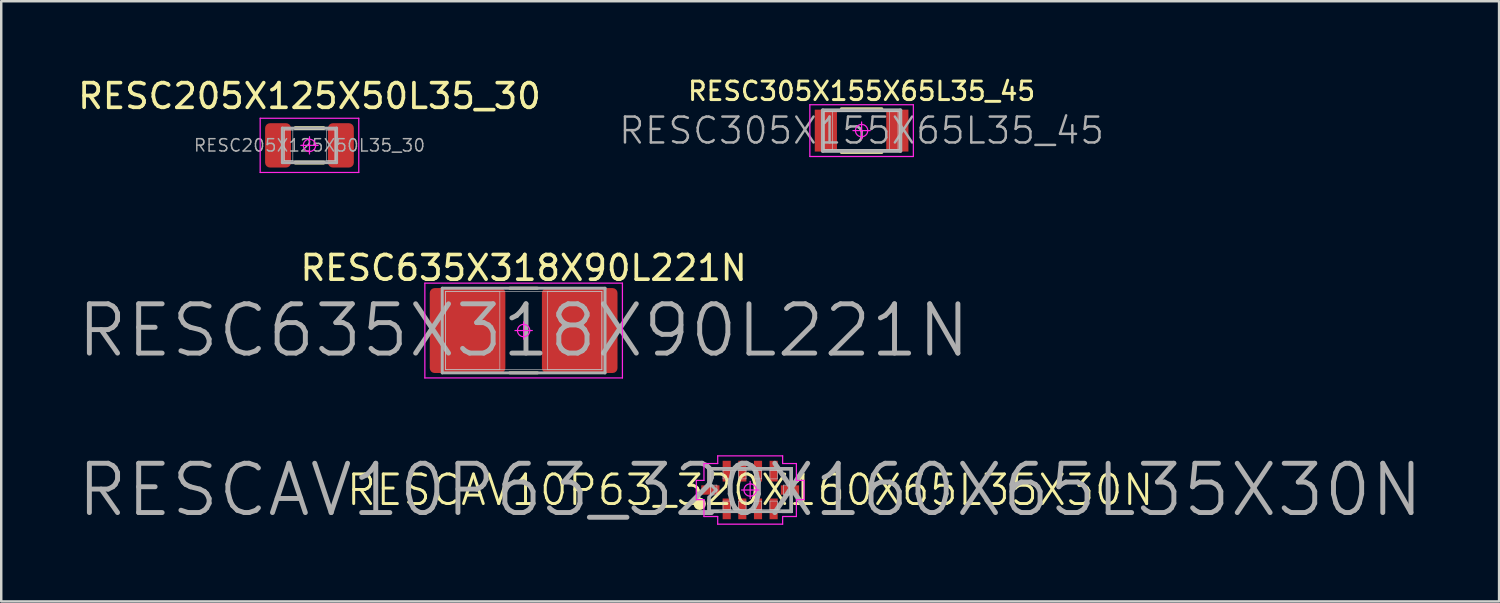
<source format=kicad_pcb>
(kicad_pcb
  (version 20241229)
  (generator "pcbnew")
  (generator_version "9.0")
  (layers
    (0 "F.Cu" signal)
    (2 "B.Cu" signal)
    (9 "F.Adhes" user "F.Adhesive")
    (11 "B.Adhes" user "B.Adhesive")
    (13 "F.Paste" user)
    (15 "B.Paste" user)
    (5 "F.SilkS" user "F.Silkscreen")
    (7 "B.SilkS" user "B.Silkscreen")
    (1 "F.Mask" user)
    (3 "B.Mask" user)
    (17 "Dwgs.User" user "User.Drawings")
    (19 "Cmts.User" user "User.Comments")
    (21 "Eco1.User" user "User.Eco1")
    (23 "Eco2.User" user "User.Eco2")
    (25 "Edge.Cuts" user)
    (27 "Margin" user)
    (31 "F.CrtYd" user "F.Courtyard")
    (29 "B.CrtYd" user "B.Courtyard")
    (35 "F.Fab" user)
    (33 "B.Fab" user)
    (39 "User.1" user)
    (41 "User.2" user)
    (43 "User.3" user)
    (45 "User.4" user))
  (footprint "RESC305X155X65L35_45"
    (layer "F.Cu")
    (at 31.907 2.249)
    (property "Reference" "RESC305X155X65L35_45" (at 0 -1.6 0) (layer "F.SilkS") (effects (font (size 0.75 0.75) (thickness 0.12))))
    (attr smd)
    (fp_line (start -0.82 -0.885) (end 0.82 -0.885) (stroke (width 0.12) (type solid)) (layer "F.SilkS"))
    (fp_line (start -0.82 0.885) (end 0.82 0.885) (stroke (width 0.12) (type solid)) (layer "F.SilkS"))
    (fp_line (start -1.525 -0.775) (end -1.175 -0.775) (stroke (width 0.025) (type solid)) (layer "Dwgs.User"))
    (fp_line (start -1.525 -0.775) (end 1.525 -0.775) (stroke (width 0.025) (type solid)) (layer "Dwgs.User"))
    (fp_line (start -1.525 0.775) (end -1.525 -0.775) (stroke (width 0.025) (type solid)) (layer "Dwgs.User"))
    (fp_line (start -1.525 0.775) (end -1.525 -0.775) (stroke (width 0.025) (type solid)) (layer "Dwgs.User"))
    (fp_line (start -1.175 -0.775) (end -1.175 0.775) (stroke (width 0.025) (type solid)) (layer "Dwgs.User"))
    (fp_line (start -1.175 0.775) (end -1.525 0.775) (stroke (width 0.025) (type solid)) (layer "Dwgs.User"))
    (fp_line (start 1.125 -0.775) (end 1.475 -0.775) (stroke (width 0.025) (type solid)) (layer "Dwgs.User"))
    (fp_line (start 1.125 0.775) (end 1.125 -0.775) (stroke (width 0.025) (type solid)) (layer "Dwgs.User"))
    (fp_line (start 1.475 -0.775) (end 1.475 0.775) (stroke (width 0.025) (type solid)) (layer "Dwgs.User"))
    (fp_line (start 1.475 0.775) (end 1.125 0.775) (stroke (width 0.025) (type solid)) (layer "Dwgs.User"))
    (fp_line (start 1.525 -0.775) (end 1.525 0.775) (stroke (width 0.025) (type solid)) (layer "Dwgs.User"))
    (fp_line (start 1.525 0.775) (end -1.525 0.775) (stroke (width 0.025) (type solid)) (layer "Dwgs.User"))
    (fp_line (start -2.1 -1.05) (end 2.1 -1.05) (stroke (width 0.05) (type solid)) (layer "F.CrtYd"))
    (fp_line (start -2.1 1.05) (end -2.1 -1.05) (stroke (width 0.05) (type solid)) (layer "F.CrtYd"))
    (fp_line (start 0 -0.35) (end 0 0.35) (stroke (width 0.05) (type solid)) (layer "F.CrtYd"))
    (fp_line (start 0.35 0) (end -0.35 0) (stroke (width 0.05) (type solid)) (layer "F.CrtYd"))
    (fp_line (start 2.1 -1.05) (end 2.1 1.05) (stroke (width 0.05) (type solid)) (layer "F.CrtYd"))
    (fp_line (start 2.1 1.05) (end -2.1 1.05) (stroke (width 0.05) (type solid)) (layer "F.CrtYd"))
    (fp_circle (center 0 0) (end 0 0.25) (stroke (width 0.05) (type solid)) (fill no) (layer "F.CrtYd"))
    (fp_line (start -1.575 -0.825) (end 1.575 -0.825) (stroke (width 0.15) (type solid)) (layer "F.Fab"))
    (fp_line (start -1.575 0.825) (end -1.575 -0.825) (stroke (width 0.15) (type solid)) (layer "F.Fab"))
    (fp_line (start 1.575 -0.825) (end 1.575 0.825) (stroke (width 0.15) (type solid)) (layer "F.Fab"))
    (fp_line (start 1.575 0.825) (end -1.575 0.825) (stroke (width 0.15) (type solid)) (layer "F.Fab"))
    (fp_text user "${REFERENCE}" (at 0 0 0) (layer "F.Fab") (effects (font (size 1.05 1.05) (thickness 0.1))))
    (pad "1" smd rect (at -1.45 0) (size 0.9 1.7) (layers "F.Cu" "F.Mask" "F.Paste"))
    (pad "2" smd rect (at 1.45 0) (size 0.9 1.7) (layers "F.Cu" "F.Mask" "F.Paste")))
  (footprint "RESCAV10P63_320X160X65L35X30N"
    (layer "F.Cu")
    (at 27.386 16.831)
    (property "Reference" "RESCAV10P63_320X160X65L35X30N" (at 0 0 0) (layer "F.SilkS") (effects (font (size 1.2 1.2) (thickness 0.12))))
    (attr smd)
    (fp_line (start -1.675 -0.875) (end -1.297 -0.875) (stroke (width 0.12) (type solid)) (layer "F.SilkS"))
    (fp_line (start -1.675 -0.37) (end -1.675 -0.875) (stroke (width 0.12) (type solid)) (layer "F.SilkS"))
    (fp_line (start -1.675 0.875) (end -1.675 0.37) (stroke (width 0.12) (type solid)) (layer "F.SilkS"))
    (fp_line (start -1.297 0.875) (end -1.675 0.875) (stroke (width 0.12) (type solid)) (layer "F.SilkS"))
    (fp_line (start 1.297 -0.875) (end 1.675 -0.875) (stroke (width 0.12) (type solid)) (layer "F.SilkS"))
    (fp_line (start 1.675 -0.875) (end 1.675 -0.37) (stroke (width 0.12) (type solid)) (layer "F.SilkS"))
    (fp_line (start 1.675 0.37) (end 1.675 0.875) (stroke (width 0.12) (type solid)) (layer "F.SilkS"))
    (fp_line (start 1.675 0.875) (end 1.297 0.875) (stroke (width 0.12) (type solid)) (layer "F.SilkS"))
    (fp_circle (center -2.045 0.56) (end -2.045 0.685) (stroke (width 0.25) (type solid)) (fill no) (layer "F.SilkS"))
    (fp_line (start -1.6 -0.8) (end 1.6 -0.8) (stroke (width 0.025) (type solid)) (layer "Dwgs.User"))
    (fp_line (start -1.6 -0.2) (end -1.35 -0.2) (stroke (width 0.025) (type solid)) (layer "Dwgs.User"))
    (fp_line (start -1.6 0.2) (end -1.6 -0.2) (stroke (width 0.025) (type solid)) (layer "Dwgs.User"))
    (fp_line (start -1.6 0.8) (end -1.6 -0.8) (stroke (width 0.025) (type solid)) (layer "Dwgs.User"))
    (fp_line (start -1.35 -0.2) (end -1.35 0.2) (stroke (width 0.025) (type solid)) (layer "Dwgs.User"))
    (fp_line (start -1.35 0.2) (end -1.6 0.2) (stroke (width 0.025) (type solid)) (layer "Dwgs.User"))
    (fp_line (start -1.102 -0.8) (end -0.802 -0.8) (stroke (width 0.025) (type solid)) (layer "Dwgs.User"))
    (fp_line (start -1.102 -0.45) (end -1.102 -0.8) (stroke (width 0.025) (type solid)) (layer "Dwgs.User"))
    (fp_line (start -1.102 0.45) (end -0.802 0.45) (stroke (width 0.025) (type solid)) (layer "Dwgs.User"))
    (fp_line (start -1.102 0.8) (end -1.102 0.45) (stroke (width 0.025) (type solid)) (layer "Dwgs.User"))
    (fp_line (start -0.802 -0.8) (end -0.802 -0.45) (stroke (width 0.025) (type solid)) (layer "Dwgs.User"))
    (fp_line (start -0.802 -0.45) (end -1.102 -0.45) (stroke (width 0.025) (type solid)) (layer "Dwgs.User"))
    (fp_line (start -0.802 0.45) (end -0.802 0.8) (stroke (width 0.025) (type solid)) (layer "Dwgs.User"))
    (fp_line (start -0.802 0.8) (end -1.102 0.8) (stroke (width 0.025) (type solid)) (layer "Dwgs.User"))
    (fp_line (start -0.468 -0.8) (end -0.168 -0.8) (stroke (width 0.025) (type solid)) (layer "Dwgs.User"))
    (fp_line (start -0.468 -0.45) (end -0.468 -0.8) (stroke (width 0.025) (type solid)) (layer "Dwgs.User"))
    (fp_line (start -0.468 0.45) (end -0.168 0.45) (stroke (width 0.025) (type solid)) (layer "Dwgs.User"))
    (fp_line (start -0.468 0.8) (end -0.468 0.45) (stroke (width 0.025) (type solid)) (layer "Dwgs.User"))
    (fp_line (start -0.168 -0.8) (end -0.168 -0.45) (stroke (width 0.025) (type solid)) (layer "Dwgs.User"))
    (fp_line (start -0.168 -0.45) (end -0.468 -0.45) (stroke (width 0.025) (type solid)) (layer "Dwgs.User"))
    (fp_line (start -0.168 0.45) (end -0.168 0.8) (stroke (width 0.025) (type solid)) (layer "Dwgs.User"))
    (fp_line (start -0.168 0.8) (end -0.468 0.8) (stroke (width 0.025) (type solid)) (layer "Dwgs.User"))
    (fp_line (start 0.168 -0.8) (end 0.468 -0.8) (stroke (width 0.025) (type solid)) (layer "Dwgs.User"))
    (fp_line (start 0.168 -0.45) (end 0.168 -0.8) (stroke (width 0.025) (type solid)) (layer "Dwgs.User"))
    (fp_line (start 0.168 0.45) (end 0.468 0.45) (stroke (width 0.025) (type solid)) (layer "Dwgs.User"))
    (fp_line (start 0.168 0.8) (end 0.168 0.45) (stroke (width 0.025) (type solid)) (layer "Dwgs.User"))
    (fp_line (start 0.468 -0.8) (end 0.468 -0.45) (stroke (width 0.025) (type solid)) (layer "Dwgs.User"))
    (fp_line (start 0.468 -0.45) (end 0.168 -0.45) (stroke (width 0.025) (type solid)) (layer "Dwgs.User"))
    (fp_line (start 0.468 0.45) (end 0.468 0.8) (stroke (width 0.025) (type solid)) (layer "Dwgs.User"))
    (fp_line (start 0.468 0.8) (end 0.168 0.8) (stroke (width 0.025) (type solid)) (layer "Dwgs.User"))
    (fp_line (start 0.802 -0.8) (end 1.102 -0.8) (stroke (width 0.025) (type solid)) (layer "Dwgs.User"))
    (fp_line (start 0.802 -0.45) (end 0.802 -0.8) (stroke (width 0.025) (type solid)) (layer "Dwgs.User"))
    (fp_line (start 0.802 0.45) (end 1.102 0.45) (stroke (width 0.025) (type solid)) (layer "Dwgs.User"))
    (fp_line (start 0.802 0.8) (end 0.802 0.45) (stroke (width 0.025) (type solid)) (layer "Dwgs.User"))
    (fp_line (start 1.102 -0.8) (end 1.102 -0.45) (stroke (width 0.025) (type solid)) (layer "Dwgs.User"))
    (fp_line (start 1.102 -0.45) (end 0.802 -0.45) (stroke (width 0.025) (type solid)) (layer "Dwgs.User"))
    (fp_line (start 1.102 0.45) (end 1.102 0.8) (stroke (width 0.025) (type solid)) (layer "Dwgs.User"))
    (fp_line (start 1.102 0.8) (end 0.802 0.8) (stroke (width 0.025) (type solid)) (layer "Dwgs.User"))
    (fp_line (start 1.35 -0.2) (end 1.6 -0.2) (stroke (width 0.025) (type solid)) (layer "Dwgs.User"))
    (fp_line (start 1.35 0.2) (end 1.35 -0.2) (stroke (width 0.025) (type solid)) (layer "Dwgs.User"))
    (fp_line (start 1.6 -0.8) (end 1.6 0.8) (stroke (width 0.025) (type solid)) (layer "Dwgs.User"))
    (fp_line (start 1.6 -0.2) (end 1.6 0.2) (stroke (width 0.025) (type solid)) (layer "Dwgs.User"))
    (fp_line (start 1.6 0.2) (end 1.35 0.2) (stroke (width 0.025) (type solid)) (layer "Dwgs.User"))
    (fp_line (start 1.6 0.8) (end -1.6 0.8) (stroke (width 0.025) (type solid)) (layer "Dwgs.User"))
    (fp_line (start -2.185 -0.39) (end -2.185 0.39) (stroke (width 0.05) (type solid)) (layer "F.CrtYd"))
    (fp_line (start -2.185 0.39) (end -1.875 0.39) (stroke (width 0.05) (type solid)) (layer "F.CrtYd"))
    (fp_line (start -1.875 -1.075) (end -1.875 -0.39) (stroke (width 0.05) (type solid)) (layer "F.CrtYd"))
    (fp_line (start -1.875 -0.39) (end -2.185 -0.39) (stroke (width 0.05) (type solid)) (layer "F.CrtYd"))
    (fp_line (start -1.875 0.39) (end -1.875 1.075) (stroke (width 0.05) (type solid)) (layer "F.CrtYd"))
    (fp_line (start -1.875 1.075) (end -1.317 1.075) (stroke (width 0.05) (type solid)) (layer "F.CrtYd"))
    (fp_line (start -1.317 -1.386) (end -1.317 -1.075) (stroke (width 0.05) (type solid)) (layer "F.CrtYd"))
    (fp_line (start -1.317 -1.075) (end -1.875 -1.075) (stroke (width 0.05) (type solid)) (layer "F.CrtYd"))
    (fp_line (start -1.317 1.075) (end -1.317 1.386) (stroke (width 0.05) (type solid)) (layer "F.CrtYd"))
    (fp_line (start -1.317 1.386) (end 1.317 1.386) (stroke (width 0.05) (type solid)) (layer "F.CrtYd"))
    (fp_line (start -0.35 0) (end 0.35 0) (stroke (width 0.05) (type solid)) (layer "F.CrtYd"))
    (fp_line (start 0 -0.35) (end 0 0.35) (stroke (width 0.05) (type solid)) (layer "F.CrtYd"))
    (fp_line (start 1.317 -1.386) (end -1.317 -1.386) (stroke (width 0.05) (type solid)) (layer "F.CrtYd"))
    (fp_line (start 1.317 -1.075) (end 1.317 -1.386) (stroke (width 0.05) (type solid)) (layer "F.CrtYd"))
    (fp_line (start 1.317 1.075) (end 1.875 1.075) (stroke (width 0.05) (type solid)) (layer "F.CrtYd"))
    (fp_line (start 1.317 1.386) (end 1.317 1.075) (stroke (width 0.05) (type solid)) (layer "F.CrtYd"))
    (fp_line (start 1.875 -1.075) (end 1.317 -1.075) (stroke (width 0.05) (type solid)) (layer "F.CrtYd"))
    (fp_line (start 1.875 -0.39) (end 1.875 -1.075) (stroke (width 0.05) (type solid)) (layer "F.CrtYd"))
    (fp_line (start 1.875 0.39) (end 2.185 0.39) (stroke (width 0.05) (type solid)) (layer "F.CrtYd"))
    (fp_line (start 1.875 1.075) (end 1.875 0.39) (stroke (width 0.05) (type solid)) (layer "F.CrtYd"))
    (fp_line (start 2.185 -0.39) (end 1.875 -0.39) (stroke (width 0.05) (type solid)) (layer "F.CrtYd"))
    (fp_line (start 2.185 0.39) (end 2.185 -0.39) (stroke (width 0.05) (type solid)) (layer "F.CrtYd"))
    (fp_circle (center 0 0) (end 0 0.25) (stroke (width 0.05) (type solid)) (fill no) (layer "F.CrtYd"))
    (fp_line (start -1.675 -0.875) (end 1.675 -0.875) (stroke (width 0.12) (type solid)) (layer "F.Fab"))
    (fp_line (start -1.675 -0.292) (end -1.675 -0.875) (stroke (width 0.12) (type solid)) (layer "F.Fab"))
    (fp_line (start -1.675 0.292) (end -1.383 0) (stroke (width 0.12) (type solid)) (layer "F.Fab"))
    (fp_line (start -1.675 0.875) (end -1.675 0.292) (stroke (width 0.12) (type solid)) (layer "F.Fab"))
    (fp_line (start -1.383 0) (end -1.675 -0.292) (stroke (width 0.12) (type solid)) (layer "F.Fab"))
    (fp_line (start 1.675 -0.875) (end 1.675 0.875) (stroke (width 0.12) (type solid)) (layer "F.Fab"))
    (fp_line (start 1.675 0.875) (end -1.675 0.875) (stroke (width 0.12) (type solid)) (layer "F.Fab"))
    (fp_text user "${REFERENCE}" (at 0 0 0) (layer "F.Fab") (effects (font (size 2 2) (thickness 0.2))))
    (pad "1" smd rect (at -1.615 0) (size 0.741 0.379) (layers "F.Cu" "F.Mask" "F.Paste"))
    (pad "2" smd rect (at -0.952 0.765 90) (size 0.841 0.329) (layers "F.Cu" "F.Mask" "F.Paste"))
    (pad "3" smd rect (at -0.318 0.765 90) (size 0.841 0.329) (layers "F.Cu" "F.Mask" "F.Paste"))
    (pad "4" smd rect (at 0.318 0.765 90) (size 0.841 0.329) (layers "F.Cu" "F.Mask" "F.Paste"))
    (pad "5" smd rect (at 0.952 0.765 90) (size 0.841 0.329) (layers "F.Cu" "F.Mask" "F.Paste"))
    (pad "6" smd rect (at 1.615 0) (size 0.741 0.379) (layers "F.Cu" "F.Mask" "F.Paste"))
    (pad "7" smd rect (at 0.952 -0.765 90) (size 0.841 0.329) (layers "F.Cu" "F.Mask" "F.Paste"))
    (pad "8" smd rect (at 0.318 -0.765 90) (size 0.841 0.329) (layers "F.Cu" "F.Mask" "F.Paste"))
    (pad "9" smd rect (at -0.318 -0.765 90) (size 0.841 0.329) (layers "F.Cu" "F.Mask" "F.Paste"))
    (pad "10" smd rect (at -0.952 -0.765 90) (size 0.841 0.329) (layers "F.Cu" "F.Mask" "F.Paste")))
  (footprint "RESC205X125X50L35_30"
    (layer "F.Cu")
    (at 9.506 2.848)
    (property "Reference" "RESC205X125X50L35_30" (at 0 -2 0) (layer "F.SilkS") (effects (font (size 1 1) (thickness 0.15))))
    (attr smd)
    (fp_line (start -0.57 -0.7) (end 0.57 -0.7) (stroke (width 0.155) (type solid)) (layer "F.SilkS"))
    (fp_line (start -0.57 0.7) (end 0.57 0.7) (stroke (width 0.155) (type solid)) (layer "F.SilkS"))
    (fp_line (start -1.025 -0.625) (end -0.675 -0.625) (stroke (width 0.025) (type solid)) (layer "Dwgs.User"))
    (fp_line (start -1.025 -0.625) (end 1.025 -0.625) (stroke (width 0.025) (type solid)) (layer "Dwgs.User"))
    (fp_line (start -1.025 0.625) (end -1.025 -0.625) (stroke (width 0.025) (type solid)) (layer "Dwgs.User"))
    (fp_line (start -1.025 0.625) (end -1.025 -0.625) (stroke (width 0.025) (type solid)) (layer "Dwgs.User"))
    (fp_line (start -0.675 -0.625) (end -0.675 0.625) (stroke (width 0.025) (type solid)) (layer "Dwgs.User"))
    (fp_line (start -0.675 0.625) (end -1.025 0.625) (stroke (width 0.025) (type solid)) (layer "Dwgs.User"))
    (fp_line (start 0.7 -0.625) (end 1.05 -0.625) (stroke (width 0.025) (type solid)) (layer "Dwgs.User"))
    (fp_line (start 0.7 0.625) (end 0.7 -0.625) (stroke (width 0.025) (type solid)) (layer "Dwgs.User"))
    (fp_line (start 1.025 -0.625) (end 1.025 0.625) (stroke (width 0.025) (type solid)) (layer "Dwgs.User"))
    (fp_line (start 1.025 0.625) (end -1.025 0.625) (stroke (width 0.025) (type solid)) (layer "Dwgs.User"))
    (fp_line (start 1.05 -0.625) (end 1.05 0.625) (stroke (width 0.025) (type solid)) (layer "Dwgs.User"))
    (fp_line (start 1.05 0.625) (end 0.7 0.625) (stroke (width 0.025) (type solid)) (layer "Dwgs.User"))
    (fp_line (start -2 -1.1) (end 2 -1.1) (stroke (width 0.05) (type solid)) (layer "F.CrtYd"))
    (fp_line (start -2 1.1) (end -2 -1.1) (stroke (width 0.05) (type solid)) (layer "F.CrtYd"))
    (fp_line (start 0 -0.35) (end 0 0.35) (stroke (width 0.05) (type solid)) (layer "F.CrtYd"))
    (fp_line (start 0.35 0) (end -0.35 0) (stroke (width 0.05) (type solid)) (layer "F.CrtYd"))
    (fp_line (start 2 -1.1) (end 2 1.1) (stroke (width 0.05) (type solid)) (layer "F.CrtYd"))
    (fp_line (start 2 1.1) (end -2 1.1) (stroke (width 0.05) (type solid)) (layer "F.CrtYd"))
    (fp_circle (center 0 0) (end 0 0.25) (stroke (width 0.05) (type solid)) (fill no) (layer "F.CrtYd"))
    (fp_line (start -1.1 -0.7) (end 1.1 -0.7) (stroke (width 0.12) (type solid)) (layer "F.Fab"))
    (fp_line (start -1.1 0.7) (end -1.1 -0.7) (stroke (width 0.12) (type solid)) (layer "F.Fab"))
    (fp_line (start 1.1 -0.7) (end 1.1 0.7) (stroke (width 0.12) (type solid)) (layer "F.Fab"))
    (fp_line (start 1.1 0.7) (end -1.1 0.7) (stroke (width 0.12) (type solid)) (layer "F.Fab"))
    (fp_text user "${REFERENCE}" (at 0 0 0) (layer "F.Fab") (effects (font (size 0.5 0.5) (thickness 0.06))))
    (pad "1" smd roundrect (at -1.275 0) (size 1.05 1.8) (layers "F.Cu" "F.Mask" "F.Paste") (roundrect_rratio 0.191))
    (pad "2" smd roundrect (at 1.275 0) (size 1.05 1.8) (layers "F.Cu" "F.Mask" "F.Paste") (roundrect_rratio 0.191)))
  (footprint "RESC635X318X90L221N"
    (layer "F.Cu")
    (at 18.195 10.361)
    (property "Reference" "RESC635X318X90L221N" (at 0 -2.54 0) (layer "F.SilkS") (effects (font (size 1 1) (thickness 0.15))))
    (attr smd)
    (fp_line (start -0.562 -1.717) (end 0.562 -1.717) (stroke (width 0.12) (type solid)) (layer "F.SilkS"))
    (fp_line (start -0.562 1.717) (end 0.562 1.717) (stroke (width 0.12) (type solid)) (layer "F.SilkS"))
    (fp_line (start -3.175 -1.59) (end -0.965 -1.59) (stroke (width 0.025) (type solid)) (layer "Dwgs.User"))
    (fp_line (start -3.175 -1.59) (end 3.175 -1.59) (stroke (width 0.025) (type solid)) (layer "Dwgs.User"))
    (fp_line (start -3.175 1.59) (end -3.175 -1.59) (stroke (width 0.025) (type solid)) (layer "Dwgs.User"))
    (fp_line (start -3.175 1.59) (end -3.175 -1.59) (stroke (width 0.025) (type solid)) (layer "Dwgs.User"))
    (fp_line (start -0.965 -1.59) (end -0.965 1.59) (stroke (width 0.025) (type solid)) (layer "Dwgs.User"))
    (fp_line (start -0.965 1.59) (end -3.175 1.59) (stroke (width 0.025) (type solid)) (layer "Dwgs.User"))
    (fp_line (start 0.965 -1.59) (end 3.175 -1.59) (stroke (width 0.025) (type solid)) (layer "Dwgs.User"))
    (fp_line (start 0.965 1.59) (end 0.965 -1.59) (stroke (width 0.025) (type solid)) (layer "Dwgs.User"))
    (fp_line (start 3.175 -1.59) (end 3.175 1.59) (stroke (width 0.025) (type solid)) (layer "Dwgs.User"))
    (fp_line (start 3.175 -1.59) (end 3.175 1.59) (stroke (width 0.025) (type solid)) (layer "Dwgs.User"))
    (fp_line (start 3.175 1.59) (end -3.175 1.59) (stroke (width 0.025) (type solid)) (layer "Dwgs.User"))
    (fp_line (start 3.175 1.59) (end 0.965 1.59) (stroke (width 0.025) (type solid)) (layer "Dwgs.User"))
    (fp_line (start -4.008 -1.923) (end 4.008 -1.923) (stroke (width 0.05) (type solid)) (layer "F.CrtYd"))
    (fp_line (start -4.008 1.923) (end -4.008 -1.923) (stroke (width 0.05) (type solid)) (layer "F.CrtYd"))
    (fp_line (start 0 -0.35) (end 0 0.35) (stroke (width 0.05) (type solid)) (layer "F.CrtYd"))
    (fp_line (start 0.35 0) (end -0.35 0) (stroke (width 0.05) (type solid)) (layer "F.CrtYd"))
    (fp_line (start 4.008 -1.923) (end 4.008 1.923) (stroke (width 0.05) (type solid)) (layer "F.CrtYd"))
    (fp_line (start 4.008 1.923) (end -4.008 1.923) (stroke (width 0.05) (type solid)) (layer "F.CrtYd"))
    (fp_circle (center 0 0) (end 0 0.25) (stroke (width 0.05) (type solid)) (fill no) (layer "F.CrtYd"))
    (fp_line (start -3.302 -1.717) (end 3.302 -1.717) (stroke (width 0.12) (type solid)) (layer "F.Fab"))
    (fp_line (start -3.302 1.717) (end -3.302 -1.717) (stroke (width 0.12) (type solid)) (layer "F.Fab"))
    (fp_line (start 3.302 -1.717) (end 3.302 1.717) (stroke (width 0.12) (type solid)) (layer "F.Fab"))
    (fp_line (start 3.302 1.717) (end -3.302 1.717) (stroke (width 0.12) (type solid)) (layer "F.Fab"))
    (fp_text user "${REFERENCE}" (at 0 0 0) (layer "F.Fab") (effects (font (size 2 2) (thickness 0.2))))
    (pad "1" smd roundrect (at -2.275 0) (size 3.067 3.446) (layers "F.Cu" "F.Mask" "F.Paste") (roundrect_rratio 0.065))
    (pad "2" smd roundrect (at 2.275 0) (size 3.067 3.446) (layers "F.Cu" "F.Mask" "F.Paste") (roundrect_rratio 0.065)))
  (gr_rect
    (start -3 -3)
    (end 57.771 21.352)
    (stroke (width 0.1) (type default))
    (fill no)
    (layer "Edge.Cuts")))
</source>
